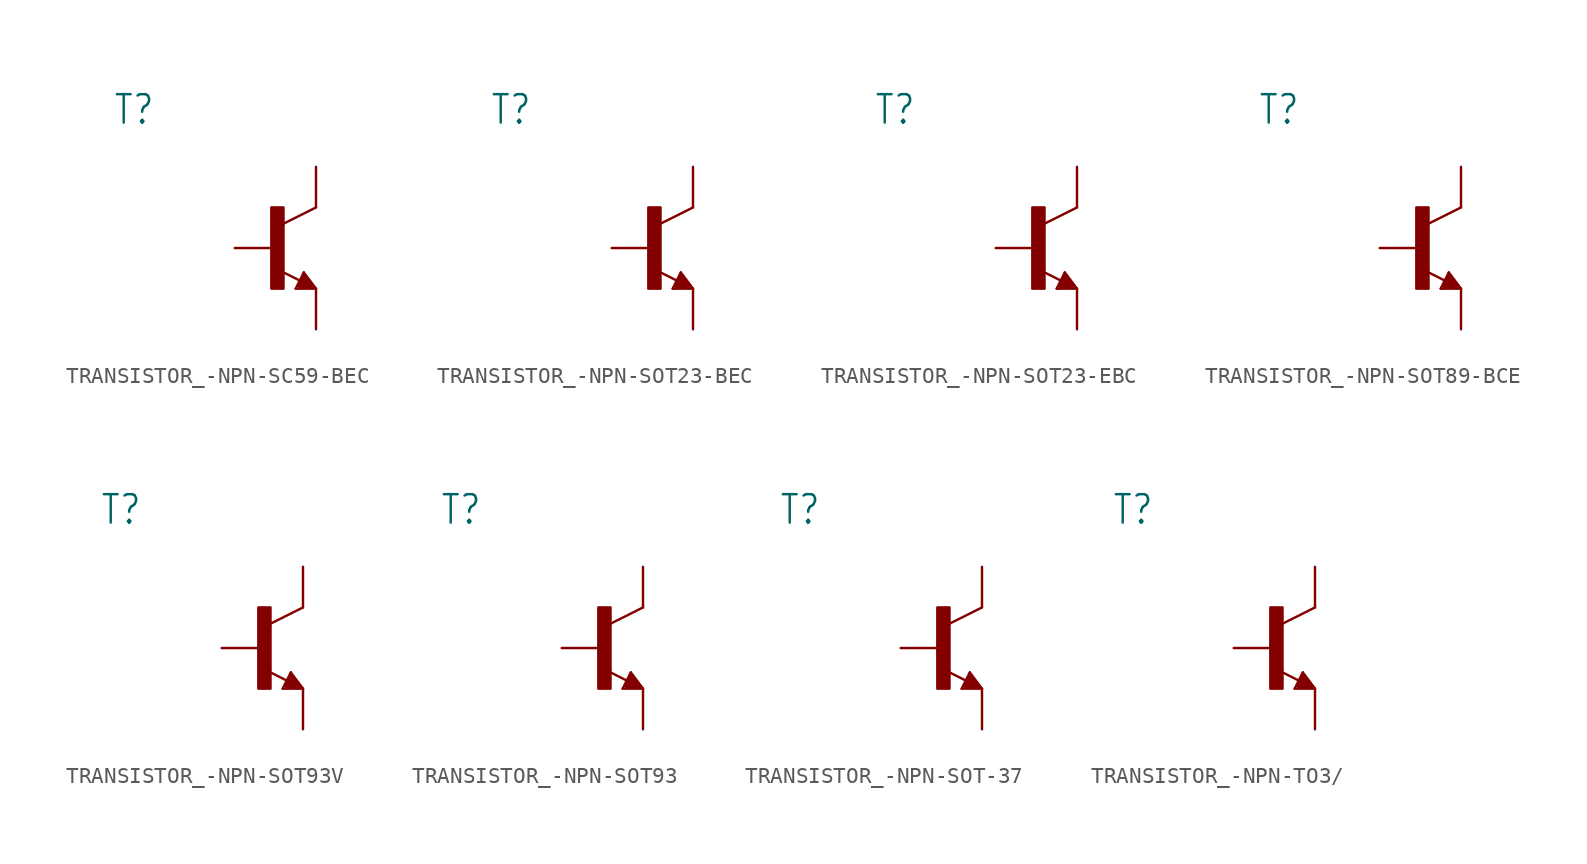
<source format=kicad_sym>
(kicad_symbol_lib
  (version 20231120)
  (generator "kicad_symbol_editor")
  (generator_version "8.0")
  (symbol "TRANSISTOR_-NPN-SC59-BEC"
    (property "Reference" "T"
      (at -10.16 7.62 0)
      (effects (font (size 1.778 1.511)) (justify left bottom)))
    (property "Value" ""
      (at -10.16 5.08 0)
      (effects (font (size 1.778 1.511)) (justify left bottom)))
    (property "ki_locked" ""
      (at 0 0 0)
      (effects (font (size 1.27 1.27))))
    (symbol "TRANSISTOR_-NPN-SC59-BEC_1_0"
      (rectangle (start -0.254 -2.54) (end 0.508 2.54) (stroke (width 0) (type default)) (fill (type outline)))
      (polyline (pts (xy 1.27 -2.54) (xy 1.778 -1.524)) (stroke (width 0.152) (type solid)) (fill (type none)))
      (polyline (pts (xy 1.524 -2.413) (xy 2.286 -2.413)) (stroke (width 0.254) (type solid)) (fill (type none)))
      (polyline (pts (xy 1.524 -2.286) (xy 1.905 -2.286)) (stroke (width 0.254) (type solid)) (fill (type none)))
      (polyline (pts (xy 1.54 -2.04) (xy 0.308 -1.424)) (stroke (width 0.152) (type solid)) (fill (type none)))
      (polyline (pts (xy 1.778 -1.778) (xy 1.524 -2.286)) (stroke (width 0.254) (type solid)) (fill (type none)))
      (polyline (pts (xy 1.778 -1.524) (xy 2.54 -2.54)) (stroke (width 0.152) (type solid)) (fill (type none)))
      (polyline (pts (xy 1.905 -2.286) (xy 1.778 -2.032)) (stroke (width 0.254) (type solid)) (fill (type none)))
      (polyline (pts (xy 2.286 -2.413) (xy 1.778 -1.778)) (stroke (width 0.254) (type solid)) (fill (type none)))
      (polyline (pts (xy 2.54 -2.54) (xy 1.27 -2.54)) (stroke (width 0.152) (type solid)) (fill (type none)))
      (polyline (pts (xy 2.54 2.54) (xy 0.508 1.524)) (stroke (width 0.152) (type solid)) (fill (type none)))
      (pin passive line (at -2.54 0 0) (length 2.54) (name "B" (effects (font (size 0 0)))) (number "B" (effects (font (size 0 0)))))
      (pin passive line (at 2.54 5.08 270) (length 2.54) (name "C" (effects (font (size 0 0)))) (number "C" (effects (font (size 0 0)))))
      (pin passive line (at 2.54 -5.08 90) (length 2.54) (name "E" (effects (font (size 0 0)))) (number "E" (effects (font (size 0 0)))))))
  (symbol "TRANSISTOR_-NPN-SOT23-BEC"
    (property "Reference" "T"
      (at -10.16 7.62 0)
      (effects (font (size 1.778 1.511)) (justify left bottom)))
    (property "Value" ""
      (at -10.16 5.08 0)
      (effects (font (size 1.778 1.511)) (justify left bottom)))
    (property "ki_locked" ""
      (at 0 0 0)
      (effects (font (size 1.27 1.27))))
    (symbol "TRANSISTOR_-NPN-SOT23-BEC_1_0"
      (rectangle (start -0.254 -2.54) (end 0.508 2.54) (stroke (width 0) (type default)) (fill (type outline)))
      (polyline (pts (xy 1.27 -2.54) (xy 1.778 -1.524)) (stroke (width 0.152) (type solid)) (fill (type none)))
      (polyline (pts (xy 1.524 -2.413) (xy 2.286 -2.413)) (stroke (width 0.254) (type solid)) (fill (type none)))
      (polyline (pts (xy 1.524 -2.286) (xy 1.905 -2.286)) (stroke (width 0.254) (type solid)) (fill (type none)))
      (polyline (pts (xy 1.54 -2.04) (xy 0.308 -1.424)) (stroke (width 0.152) (type solid)) (fill (type none)))
      (polyline (pts (xy 1.778 -1.778) (xy 1.524 -2.286)) (stroke (width 0.254) (type solid)) (fill (type none)))
      (polyline (pts (xy 1.778 -1.524) (xy 2.54 -2.54)) (stroke (width 0.152) (type solid)) (fill (type none)))
      (polyline (pts (xy 1.905 -2.286) (xy 1.778 -2.032)) (stroke (width 0.254) (type solid)) (fill (type none)))
      (polyline (pts (xy 2.286 -2.413) (xy 1.778 -1.778)) (stroke (width 0.254) (type solid)) (fill (type none)))
      (polyline (pts (xy 2.54 -2.54) (xy 1.27 -2.54)) (stroke (width 0.152) (type solid)) (fill (type none)))
      (polyline (pts (xy 2.54 2.54) (xy 0.508 1.524)) (stroke (width 0.152) (type solid)) (fill (type none)))
      (pin passive line (at -2.54 0 0) (length 2.54) (name "B" (effects (font (size 0 0)))) (number "B" (effects (font (size 0 0)))))
      (pin passive line (at 2.54 5.08 270) (length 2.54) (name "C" (effects (font (size 0 0)))) (number "C" (effects (font (size 0 0)))))
      (pin passive line (at 2.54 -5.08 90) (length 2.54) (name "E" (effects (font (size 0 0)))) (number "E" (effects (font (size 0 0)))))))
  (symbol "TRANSISTOR_-NPN-SOT23-EBC"
    (property "Reference" "T"
      (at -10.16 7.62 0)
      (effects (font (size 1.778 1.511)) (justify left bottom)))
    (property "Value" ""
      (at -10.16 5.08 0)
      (effects (font (size 1.778 1.511)) (justify left bottom)))
    (property "ki_locked" ""
      (at 0 0 0)
      (effects (font (size 1.27 1.27))))
    (symbol "TRANSISTOR_-NPN-SOT23-EBC_1_0"
      (rectangle (start -0.254 -2.54) (end 0.508 2.54) (stroke (width 0) (type default)) (fill (type outline)))
      (polyline (pts (xy 1.27 -2.54) (xy 1.778 -1.524)) (stroke (width 0.152) (type solid)) (fill (type none)))
      (polyline (pts (xy 1.524 -2.413) (xy 2.286 -2.413)) (stroke (width 0.254) (type solid)) (fill (type none)))
      (polyline (pts (xy 1.524 -2.286) (xy 1.905 -2.286)) (stroke (width 0.254) (type solid)) (fill (type none)))
      (polyline (pts (xy 1.54 -2.04) (xy 0.308 -1.424)) (stroke (width 0.152) (type solid)) (fill (type none)))
      (polyline (pts (xy 1.778 -1.778) (xy 1.524 -2.286)) (stroke (width 0.254) (type solid)) (fill (type none)))
      (polyline (pts (xy 1.778 -1.524) (xy 2.54 -2.54)) (stroke (width 0.152) (type solid)) (fill (type none)))
      (polyline (pts (xy 1.905 -2.286) (xy 1.778 -2.032)) (stroke (width 0.254) (type solid)) (fill (type none)))
      (polyline (pts (xy 2.286 -2.413) (xy 1.778 -1.778)) (stroke (width 0.254) (type solid)) (fill (type none)))
      (polyline (pts (xy 2.54 -2.54) (xy 1.27 -2.54)) (stroke (width 0.152) (type solid)) (fill (type none)))
      (polyline (pts (xy 2.54 2.54) (xy 0.508 1.524)) (stroke (width 0.152) (type solid)) (fill (type none)))
      (pin passive line (at -2.54 0 0) (length 2.54) (name "B" (effects (font (size 0 0)))) (number "B" (effects (font (size 0 0)))))
      (pin passive line (at 2.54 5.08 270) (length 2.54) (name "C" (effects (font (size 0 0)))) (number "C" (effects (font (size 0 0)))))
      (pin passive line (at 2.54 -5.08 90) (length 2.54) (name "E" (effects (font (size 0 0)))) (number "E" (effects (font (size 0 0)))))))
  (symbol "TRANSISTOR_-NPN-SOT89-BCE"
    (property "Reference" "T"
      (at -10.16 7.62 0)
      (effects (font (size 1.778 1.511)) (justify left bottom)))
    (property "Value" ""
      (at -10.16 5.08 0)
      (effects (font (size 1.778 1.511)) (justify left bottom)))
    (property "ki_locked" ""
      (at 0 0 0)
      (effects (font (size 1.27 1.27))))
    (symbol "TRANSISTOR_-NPN-SOT89-BCE_1_0"
      (rectangle (start -0.254 -2.54) (end 0.508 2.54) (stroke (width 0) (type default)) (fill (type outline)))
      (polyline (pts (xy 1.27 -2.54) (xy 1.778 -1.524)) (stroke (width 0.152) (type solid)) (fill (type none)))
      (polyline (pts (xy 1.524 -2.413) (xy 2.286 -2.413)) (stroke (width 0.254) (type solid)) (fill (type none)))
      (polyline (pts (xy 1.524 -2.286) (xy 1.905 -2.286)) (stroke (width 0.254) (type solid)) (fill (type none)))
      (polyline (pts (xy 1.54 -2.04) (xy 0.308 -1.424)) (stroke (width 0.152) (type solid)) (fill (type none)))
      (polyline (pts (xy 1.778 -1.778) (xy 1.524 -2.286)) (stroke (width 0.254) (type solid)) (fill (type none)))
      (polyline (pts (xy 1.778 -1.524) (xy 2.54 -2.54)) (stroke (width 0.152) (type solid)) (fill (type none)))
      (polyline (pts (xy 1.905 -2.286) (xy 1.778 -2.032)) (stroke (width 0.254) (type solid)) (fill (type none)))
      (polyline (pts (xy 2.286 -2.413) (xy 1.778 -1.778)) (stroke (width 0.254) (type solid)) (fill (type none)))
      (polyline (pts (xy 2.54 -2.54) (xy 1.27 -2.54)) (stroke (width 0.152) (type solid)) (fill (type none)))
      (polyline (pts (xy 2.54 2.54) (xy 0.508 1.524)) (stroke (width 0.152) (type solid)) (fill (type none)))
      (pin passive line (at -2.54 0 0) (length 2.54) (name "B" (effects (font (size 0 0)))) (number "B" (effects (font (size 0 0)))))
      (pin passive line (at 2.54 5.08 270) (length 2.54) (name "C" (effects (font (size 0 0)))) (number "C" (effects (font (size 0 0)))))
      (pin passive line (at 2.54 -5.08 90) (length 2.54) (name "E" (effects (font (size 0 0)))) (number "E" (effects (font (size 0 0)))))))
  (symbol "TRANSISTOR_-NPN-SOT93V"
    (property "Reference" "T"
      (at -10.16 7.62 0)
      (effects (font (size 1.778 1.511)) (justify left bottom)))
    (property "Value" ""
      (at -10.16 5.08 0)
      (effects (font (size 1.778 1.511)) (justify left bottom)))
    (property "ki_locked" ""
      (at 0 0 0)
      (effects (font (size 1.27 1.27))))
    (symbol "TRANSISTOR_-NPN-SOT93V_1_0"
      (rectangle (start -0.254 -2.54) (end 0.508 2.54) (stroke (width 0) (type default)) (fill (type outline)))
      (polyline (pts (xy 1.27 -2.54) (xy 1.778 -1.524)) (stroke (width 0.152) (type solid)) (fill (type none)))
      (polyline (pts (xy 1.524 -2.413) (xy 2.286 -2.413)) (stroke (width 0.254) (type solid)) (fill (type none)))
      (polyline (pts (xy 1.524 -2.286) (xy 1.905 -2.286)) (stroke (width 0.254) (type solid)) (fill (type none)))
      (polyline (pts (xy 1.54 -2.04) (xy 0.308 -1.424)) (stroke (width 0.152) (type solid)) (fill (type none)))
      (polyline (pts (xy 1.778 -1.778) (xy 1.524 -2.286)) (stroke (width 0.254) (type solid)) (fill (type none)))
      (polyline (pts (xy 1.778 -1.524) (xy 2.54 -2.54)) (stroke (width 0.152) (type solid)) (fill (type none)))
      (polyline (pts (xy 1.905 -2.286) (xy 1.778 -2.032)) (stroke (width 0.254) (type solid)) (fill (type none)))
      (polyline (pts (xy 2.286 -2.413) (xy 1.778 -1.778)) (stroke (width 0.254) (type solid)) (fill (type none)))
      (polyline (pts (xy 2.54 -2.54) (xy 1.27 -2.54)) (stroke (width 0.152) (type solid)) (fill (type none)))
      (polyline (pts (xy 2.54 2.54) (xy 0.508 1.524)) (stroke (width 0.152) (type solid)) (fill (type none)))
      (pin passive line (at -2.54 0 0) (length 2.54) (name "B" (effects (font (size 0 0)))) (number "B" (effects (font (size 0 0)))))
      (pin passive line (at 2.54 5.08 270) (length 2.54) (name "C" (effects (font (size 0 0)))) (number "C" (effects (font (size 0 0)))))
      (pin passive line (at 2.54 -5.08 90) (length 2.54) (name "E" (effects (font (size 0 0)))) (number "E" (effects (font (size 0 0)))))))
  (symbol "TRANSISTOR_-NPN-SOT93"
    (property "Reference" "T"
      (at -10.16 7.62 0)
      (effects (font (size 1.778 1.511)) (justify left bottom)))
    (property "Value" ""
      (at -10.16 5.08 0)
      (effects (font (size 1.778 1.511)) (justify left bottom)))
    (property "ki_locked" ""
      (at 0 0 0)
      (effects (font (size 1.27 1.27))))
    (symbol "TRANSISTOR_-NPN-SOT93_1_0"
      (rectangle (start -0.254 -2.54) (end 0.508 2.54) (stroke (width 0) (type default)) (fill (type outline)))
      (polyline (pts (xy 1.27 -2.54) (xy 1.778 -1.524)) (stroke (width 0.152) (type solid)) (fill (type none)))
      (polyline (pts (xy 1.524 -2.413) (xy 2.286 -2.413)) (stroke (width 0.254) (type solid)) (fill (type none)))
      (polyline (pts (xy 1.524 -2.286) (xy 1.905 -2.286)) (stroke (width 0.254) (type solid)) (fill (type none)))
      (polyline (pts (xy 1.54 -2.04) (xy 0.308 -1.424)) (stroke (width 0.152) (type solid)) (fill (type none)))
      (polyline (pts (xy 1.778 -1.778) (xy 1.524 -2.286)) (stroke (width 0.254) (type solid)) (fill (type none)))
      (polyline (pts (xy 1.778 -1.524) (xy 2.54 -2.54)) (stroke (width 0.152) (type solid)) (fill (type none)))
      (polyline (pts (xy 1.905 -2.286) (xy 1.778 -2.032)) (stroke (width 0.254) (type solid)) (fill (type none)))
      (polyline (pts (xy 2.286 -2.413) (xy 1.778 -1.778)) (stroke (width 0.254) (type solid)) (fill (type none)))
      (polyline (pts (xy 2.54 -2.54) (xy 1.27 -2.54)) (stroke (width 0.152) (type solid)) (fill (type none)))
      (polyline (pts (xy 2.54 2.54) (xy 0.508 1.524)) (stroke (width 0.152) (type solid)) (fill (type none)))
      (pin passive line (at -2.54 0 0) (length 2.54) (name "B" (effects (font (size 0 0)))) (number "B" (effects (font (size 0 0)))))
      (pin passive line (at 2.54 5.08 270) (length 2.54) (name "C" (effects (font (size 0 0)))) (number "C" (effects (font (size 0 0)))))
      (pin passive line (at 2.54 -5.08 90) (length 2.54) (name "E" (effects (font (size 0 0)))) (number "E" (effects (font (size 0 0)))))))
  (symbol "TRANSISTOR_-NPN-SOT-37"
    (property "Reference" "T"
      (at -10.16 7.62 0)
      (effects (font (size 1.778 1.511)) (justify left bottom)))
    (property "Value" ""
      (at -10.16 5.08 0)
      (effects (font (size 1.778 1.511)) (justify left bottom)))
    (property "ki_locked" ""
      (at 0 0 0)
      (effects (font (size 1.27 1.27))))
    (symbol "TRANSISTOR_-NPN-SOT-37_1_0"
      (rectangle (start -0.254 -2.54) (end 0.508 2.54) (stroke (width 0) (type default)) (fill (type outline)))
      (polyline (pts (xy 1.27 -2.54) (xy 1.778 -1.524)) (stroke (width 0.152) (type solid)) (fill (type none)))
      (polyline (pts (xy 1.524 -2.413) (xy 2.286 -2.413)) (stroke (width 0.254) (type solid)) (fill (type none)))
      (polyline (pts (xy 1.524 -2.286) (xy 1.905 -2.286)) (stroke (width 0.254) (type solid)) (fill (type none)))
      (polyline (pts (xy 1.54 -2.04) (xy 0.308 -1.424)) (stroke (width 0.152) (type solid)) (fill (type none)))
      (polyline (pts (xy 1.778 -1.778) (xy 1.524 -2.286)) (stroke (width 0.254) (type solid)) (fill (type none)))
      (polyline (pts (xy 1.778 -1.524) (xy 2.54 -2.54)) (stroke (width 0.152) (type solid)) (fill (type none)))
      (polyline (pts (xy 1.905 -2.286) (xy 1.778 -2.032)) (stroke (width 0.254) (type solid)) (fill (type none)))
      (polyline (pts (xy 2.286 -2.413) (xy 1.778 -1.778)) (stroke (width 0.254) (type solid)) (fill (type none)))
      (polyline (pts (xy 2.54 -2.54) (xy 1.27 -2.54)) (stroke (width 0.152) (type solid)) (fill (type none)))
      (polyline (pts (xy 2.54 2.54) (xy 0.508 1.524)) (stroke (width 0.152) (type solid)) (fill (type none)))
      (pin passive line (at 2.54 5.08 270) (length 2.54) (name "C" (effects (font (size 0 0)))) (number "1" (effects (font (size 0 0)))))
      (pin passive line (at 2.54 -5.08 90) (length 2.54) (name "E" (effects (font (size 0 0)))) (number "2" (effects (font (size 0 0)))))
      (pin passive line (at -2.54 0 0) (length 2.54) (name "B" (effects (font (size 0 0)))) (number "3" (effects (font (size 0 0)))))))
  (symbol "TRANSISTOR_-NPN-TO3/"
    (property "Reference" "T"
      (at -10.16 7.62 0)
      (effects (font (size 1.778 1.511)) (justify left bottom)))
    (property "Value" ""
      (at -10.16 5.08 0)
      (effects (font (size 1.778 1.511)) (justify left bottom)))
    (property "ki_locked" ""
      (at 0 0 0)
      (effects (font (size 1.27 1.27))))
    (symbol "TRANSISTOR_-NPN-TO3/_1_0"
      (rectangle (start -0.254 -2.54) (end 0.508 2.54) (stroke (width 0) (type default)) (fill (type outline)))
      (polyline (pts (xy 1.27 -2.54) (xy 1.778 -1.524)) (stroke (width 0.152) (type solid)) (fill (type none)))
      (polyline (pts (xy 1.524 -2.413) (xy 2.286 -2.413)) (stroke (width 0.254) (type solid)) (fill (type none)))
      (polyline (pts (xy 1.524 -2.286) (xy 1.905 -2.286)) (stroke (width 0.254) (type solid)) (fill (type none)))
      (polyline (pts (xy 1.54 -2.04) (xy 0.308 -1.424)) (stroke (width 0.152) (type solid)) (fill (type none)))
      (polyline (pts (xy 1.778 -1.778) (xy 1.524 -2.286)) (stroke (width 0.254) (type solid)) (fill (type none)))
      (polyline (pts (xy 1.778 -1.524) (xy 2.54 -2.54)) (stroke (width 0.152) (type solid)) (fill (type none)))
      (polyline (pts (xy 1.905 -2.286) (xy 1.778 -2.032)) (stroke (width 0.254) (type solid)) (fill (type none)))
      (polyline (pts (xy 2.286 -2.413) (xy 1.778 -1.778)) (stroke (width 0.254) (type solid)) (fill (type none)))
      (polyline (pts (xy 2.54 -2.54) (xy 1.27 -2.54)) (stroke (width 0.152) (type solid)) (fill (type none)))
      (polyline (pts (xy 2.54 2.54) (xy 0.508 1.524)) (stroke (width 0.152) (type solid)) (fill (type none)))
      (pin passive line (at -2.54 0 0) (length 2.54) (name "B" (effects (font (size 0 0)))) (number "B" (effects (font (size 0 0)))))
      (pin passive line (at 2.54 5.08 270) (length 2.54) (name "C" (effects (font (size 0 0)))) (number "C" (effects (font (size 0 0)))))
      (pin passive line (at 2.54 -5.08 90) (length 2.54) (name "E" (effects (font (size 0 0)))) (number "E" (effects (font (size 0 0))))))))
</source>
